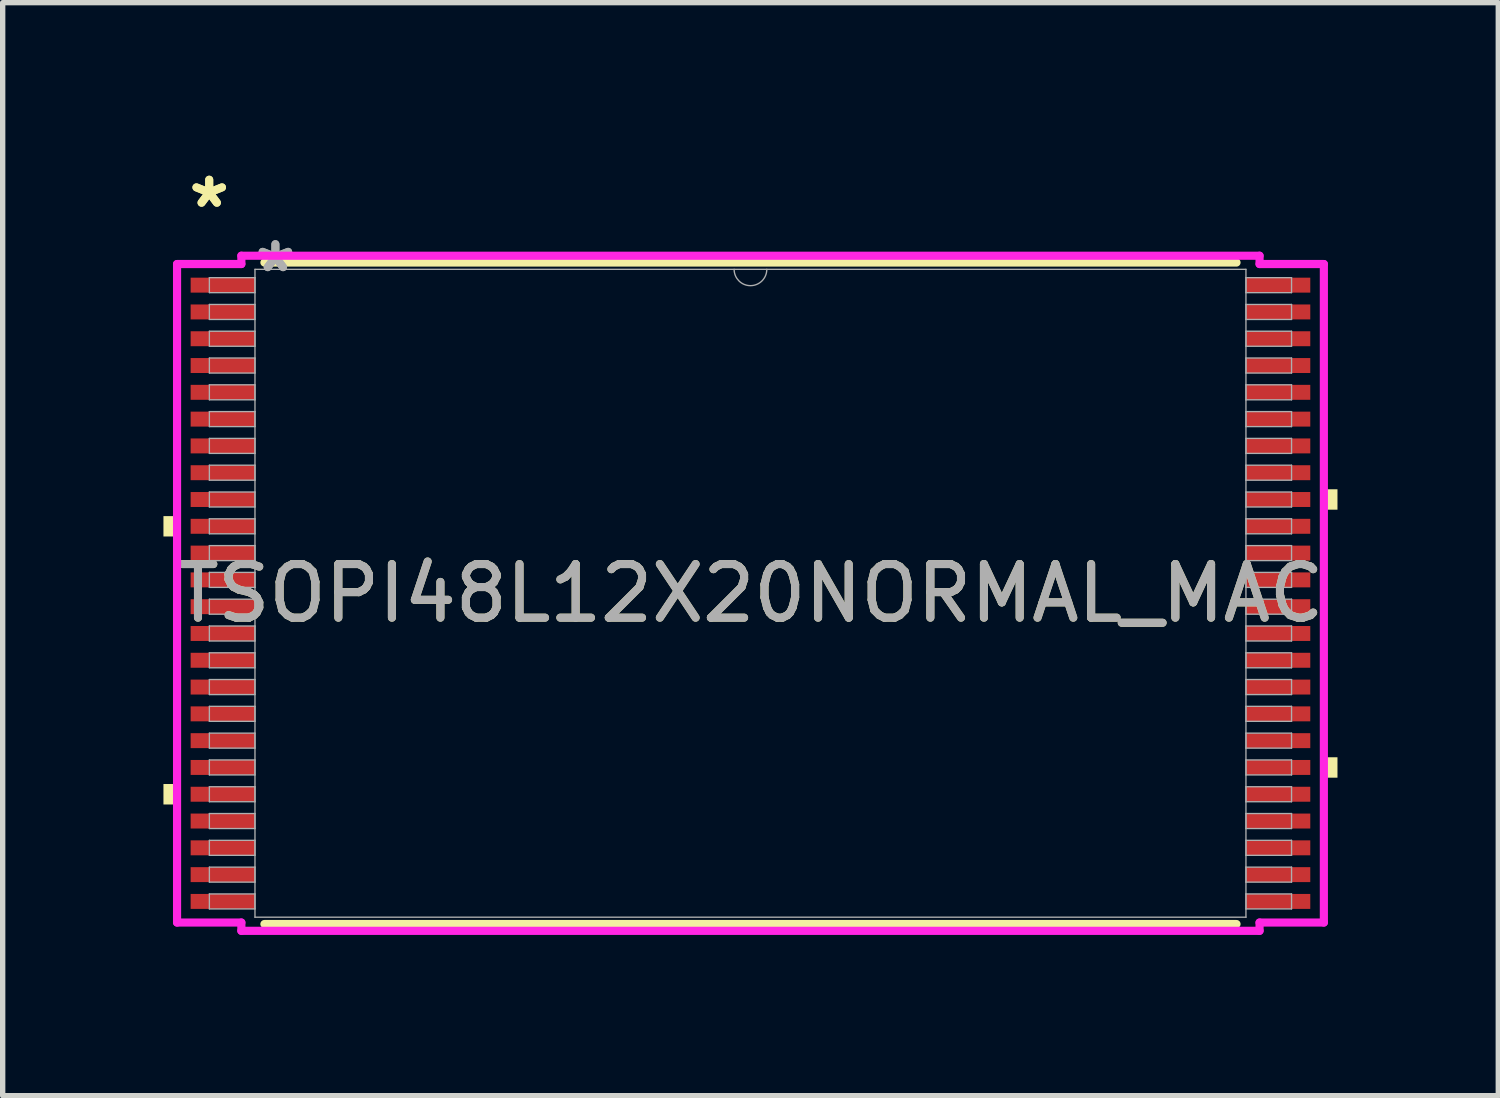
<source format=kicad_pcb>
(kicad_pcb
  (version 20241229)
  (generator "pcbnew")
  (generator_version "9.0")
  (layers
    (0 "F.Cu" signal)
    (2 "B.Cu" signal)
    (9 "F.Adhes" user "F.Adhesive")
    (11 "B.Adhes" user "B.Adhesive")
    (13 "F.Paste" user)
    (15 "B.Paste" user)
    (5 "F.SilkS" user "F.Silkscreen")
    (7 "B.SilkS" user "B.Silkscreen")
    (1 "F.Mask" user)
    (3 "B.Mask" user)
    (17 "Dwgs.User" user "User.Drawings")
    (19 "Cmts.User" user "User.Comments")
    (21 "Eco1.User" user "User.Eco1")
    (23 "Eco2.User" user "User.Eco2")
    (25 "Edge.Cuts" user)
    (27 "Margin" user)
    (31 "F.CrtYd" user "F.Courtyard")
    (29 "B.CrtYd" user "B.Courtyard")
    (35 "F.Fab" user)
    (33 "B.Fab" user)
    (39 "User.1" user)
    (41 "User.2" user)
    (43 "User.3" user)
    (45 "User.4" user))
  (footprint "TSOPI48L12X20NORMAL_MAC"
    (layer "F.Cu")
    (at 10.954 8.021)
    (property "Reference" "TSOPI48L12X20NORMAL_MAC" (at 0 0 0) (unlocked yes) (layer "F.SilkS") (effects (font (size 1 1) (thickness 0.15))))
    (attr smd)
    (fp_line (start -9.07 6.172) (end 9.07 6.172) (stroke (width 0.152) (type solid)) (layer "F.SilkS"))
    (fp_line (start 9.07 -6.172) (end -9.07 -6.172) (stroke (width 0.152) (type solid)) (layer "F.SilkS"))
    (fp_poly (pts (xy -10.954 -1.44) (xy -10.954 -1.06) (xy -10.7 -1.06) (xy -10.7 -1.44)) (stroke (width 0) (type solid)) (fill yes) (layer "F.SilkS"))
    (fp_poly (pts (xy -10.954 3.559) (xy -10.954 3.941) (xy -10.7 3.941) (xy -10.7 3.559)) (stroke (width 0) (type solid)) (fill yes) (layer "F.SilkS"))
    (fp_poly (pts (xy 10.954 -1.941) (xy 10.954 -1.56) (xy 10.7 -1.56) (xy 10.7 -1.941)) (stroke (width 0) (type solid)) (fill yes) (layer "F.SilkS"))
    (fp_poly (pts (xy 10.954 3.06) (xy 10.954 3.441) (xy 10.7 3.441) (xy 10.7 3.06)) (stroke (width 0) (type solid)) (fill yes) (layer "F.SilkS"))
    (fp_line (start -10.7 -6.144) (end -9.5 -6.144) (stroke (width 0.152) (type solid)) (layer "F.CrtYd"))
    (fp_line (start -10.7 6.144) (end -10.7 -6.144) (stroke (width 0.152) (type solid)) (layer "F.CrtYd"))
    (fp_line (start -10.7 6.144) (end -9.5 6.144) (stroke (width 0.152) (type solid)) (layer "F.CrtYd"))
    (fp_line (start -9.5 -6.299) (end 9.5 -6.299) (stroke (width 0.152) (type solid)) (layer "F.CrtYd"))
    (fp_line (start -9.5 -6.144) (end -9.5 -6.299) (stroke (width 0.152) (type solid)) (layer "F.CrtYd"))
    (fp_line (start -9.5 6.299) (end -9.5 6.144) (stroke (width 0.152) (type solid)) (layer "F.CrtYd"))
    (fp_line (start 9.5 -6.299) (end 9.5 -6.144) (stroke (width 0.152) (type solid)) (layer "F.CrtYd"))
    (fp_line (start 9.5 6.144) (end 9.5 6.299) (stroke (width 0.152) (type solid)) (layer "F.CrtYd"))
    (fp_line (start 9.5 6.299) (end -9.5 6.299) (stroke (width 0.152) (type solid)) (layer "F.CrtYd"))
    (fp_line (start 10.7 -6.144) (end 9.5 -6.144) (stroke (width 0.152) (type solid)) (layer "F.CrtYd"))
    (fp_line (start 10.7 -6.144) (end 10.7 6.144) (stroke (width 0.152) (type solid)) (layer "F.CrtYd"))
    (fp_line (start 10.7 6.144) (end 9.5 6.144) (stroke (width 0.152) (type solid)) (layer "F.CrtYd"))
    (fp_line (start -10.097 -5.89) (end -10.097 -5.61) (stroke (width 0.025) (type solid)) (layer "F.Fab"))
    (fp_line (start -10.097 -5.61) (end -9.246 -5.61) (stroke (width 0.025) (type solid)) (layer "F.Fab"))
    (fp_line (start -10.097 -5.39) (end -10.097 -5.11) (stroke (width 0.025) (type solid)) (layer "F.Fab"))
    (fp_line (start -10.097 -5.11) (end -9.246 -5.11) (stroke (width 0.025) (type solid)) (layer "F.Fab"))
    (fp_line (start -10.097 -4.89) (end -10.097 -4.61) (stroke (width 0.025) (type solid)) (layer "F.Fab"))
    (fp_line (start -10.097 -4.61) (end -9.246 -4.61) (stroke (width 0.025) (type solid)) (layer "F.Fab"))
    (fp_line (start -10.097 -4.39) (end -10.097 -4.11) (stroke (width 0.025) (type solid)) (layer "F.Fab"))
    (fp_line (start -10.097 -4.11) (end -9.246 -4.11) (stroke (width 0.025) (type solid)) (layer "F.Fab"))
    (fp_line (start -10.097 -3.89) (end -10.097 -3.61) (stroke (width 0.025) (type solid)) (layer "F.Fab"))
    (fp_line (start -10.097 -3.61) (end -9.246 -3.61) (stroke (width 0.025) (type solid)) (layer "F.Fab"))
    (fp_line (start -10.097 -3.39) (end -10.097 -3.11) (stroke (width 0.025) (type solid)) (layer "F.Fab"))
    (fp_line (start -10.097 -3.11) (end -9.246 -3.11) (stroke (width 0.025) (type solid)) (layer "F.Fab"))
    (fp_line (start -10.097 -2.89) (end -10.097 -2.61) (stroke (width 0.025) (type solid)) (layer "F.Fab"))
    (fp_line (start -10.097 -2.61) (end -9.246 -2.61) (stroke (width 0.025) (type solid)) (layer "F.Fab"))
    (fp_line (start -10.097 -2.39) (end -10.097 -2.11) (stroke (width 0.025) (type solid)) (layer "F.Fab"))
    (fp_line (start -10.097 -2.11) (end -9.246 -2.11) (stroke (width 0.025) (type solid)) (layer "F.Fab"))
    (fp_line (start -10.097 -1.89) (end -10.097 -1.61) (stroke (width 0.025) (type solid)) (layer "F.Fab"))
    (fp_line (start -10.097 -1.61) (end -9.246 -1.61) (stroke (width 0.025) (type solid)) (layer "F.Fab"))
    (fp_line (start -10.097 -1.39) (end -10.097 -1.11) (stroke (width 0.025) (type solid)) (layer "F.Fab"))
    (fp_line (start -10.097 -1.11) (end -9.246 -1.11) (stroke (width 0.025) (type solid)) (layer "F.Fab"))
    (fp_line (start -10.097 -0.89) (end -10.097 -0.61) (stroke (width 0.025) (type solid)) (layer "F.Fab"))
    (fp_line (start -10.097 -0.61) (end -9.246 -0.61) (stroke (width 0.025) (type solid)) (layer "F.Fab"))
    (fp_line (start -10.097 -0.39) (end -10.097 -0.11) (stroke (width 0.025) (type solid)) (layer "F.Fab"))
    (fp_line (start -10.097 -0.11) (end -9.246 -0.11) (stroke (width 0.025) (type solid)) (layer "F.Fab"))
    (fp_line (start -10.097 0.11) (end -10.097 0.39) (stroke (width 0.025) (type solid)) (layer "F.Fab"))
    (fp_line (start -10.097 0.39) (end -9.246 0.39) (stroke (width 0.025) (type solid)) (layer "F.Fab"))
    (fp_line (start -10.097 0.61) (end -10.097 0.89) (stroke (width 0.025) (type solid)) (layer "F.Fab"))
    (fp_line (start -10.097 0.89) (end -9.246 0.89) (stroke (width 0.025) (type solid)) (layer "F.Fab"))
    (fp_line (start -10.097 1.11) (end -10.097 1.39) (stroke (width 0.025) (type solid)) (layer "F.Fab"))
    (fp_line (start -10.097 1.39) (end -9.246 1.39) (stroke (width 0.025) (type solid)) (layer "F.Fab"))
    (fp_line (start -10.097 1.61) (end -10.097 1.89) (stroke (width 0.025) (type solid)) (layer "F.Fab"))
    (fp_line (start -10.097 1.89) (end -9.246 1.89) (stroke (width 0.025) (type solid)) (layer "F.Fab"))
    (fp_line (start -10.097 2.11) (end -10.097 2.39) (stroke (width 0.025) (type solid)) (layer "F.Fab"))
    (fp_line (start -10.097 2.39) (end -9.246 2.39) (stroke (width 0.025) (type solid)) (layer "F.Fab"))
    (fp_line (start -10.097 2.61) (end -10.097 2.89) (stroke (width 0.025) (type solid)) (layer "F.Fab"))
    (fp_line (start -10.097 2.89) (end -9.246 2.89) (stroke (width 0.025) (type solid)) (layer "F.Fab"))
    (fp_line (start -10.097 3.11) (end -10.097 3.39) (stroke (width 0.025) (type solid)) (layer "F.Fab"))
    (fp_line (start -10.097 3.39) (end -9.246 3.39) (stroke (width 0.025) (type solid)) (layer "F.Fab"))
    (fp_line (start -10.097 3.61) (end -10.097 3.89) (stroke (width 0.025) (type solid)) (layer "F.Fab"))
    (fp_line (start -10.097 3.89) (end -9.246 3.89) (stroke (width 0.025) (type solid)) (layer "F.Fab"))
    (fp_line (start -10.097 4.11) (end -10.097 4.39) (stroke (width 0.025) (type solid)) (layer "F.Fab"))
    (fp_line (start -10.097 4.39) (end -9.246 4.39) (stroke (width 0.025) (type solid)) (layer "F.Fab"))
    (fp_line (start -10.097 4.61) (end -10.097 4.89) (stroke (width 0.025) (type solid)) (layer "F.Fab"))
    (fp_line (start -10.097 4.89) (end -9.246 4.89) (stroke (width 0.025) (type solid)) (layer "F.Fab"))
    (fp_line (start -10.097 5.11) (end -10.097 5.39) (stroke (width 0.025) (type solid)) (layer "F.Fab"))
    (fp_line (start -10.097 5.39) (end -9.246 5.39) (stroke (width 0.025) (type solid)) (layer "F.Fab"))
    (fp_line (start -10.097 5.61) (end -10.097 5.89) (stroke (width 0.025) (type solid)) (layer "F.Fab"))
    (fp_line (start -10.097 5.89) (end -9.246 5.89) (stroke (width 0.025) (type solid)) (layer "F.Fab"))
    (fp_line (start -9.246 -6.045) (end -9.246 6.045) (stroke (width 0.025) (type solid)) (layer "F.Fab"))
    (fp_line (start -9.246 -5.89) (end -10.097 -5.89) (stroke (width 0.025) (type solid)) (layer "F.Fab"))
    (fp_line (start -9.246 -5.61) (end -9.246 -5.89) (stroke (width 0.025) (type solid)) (layer "F.Fab"))
    (fp_line (start -9.246 -5.39) (end -10.097 -5.39) (stroke (width 0.025) (type solid)) (layer "F.Fab"))
    (fp_line (start -9.246 -5.11) (end -9.246 -5.39) (stroke (width 0.025) (type solid)) (layer "F.Fab"))
    (fp_line (start -9.246 -4.89) (end -10.097 -4.89) (stroke (width 0.025) (type solid)) (layer "F.Fab"))
    (fp_line (start -9.246 -4.61) (end -9.246 -4.89) (stroke (width 0.025) (type solid)) (layer "F.Fab"))
    (fp_line (start -9.246 -4.39) (end -10.097 -4.39) (stroke (width 0.025) (type solid)) (layer "F.Fab"))
    (fp_line (start -9.246 -4.11) (end -9.246 -4.39) (stroke (width 0.025) (type solid)) (layer "F.Fab"))
    (fp_line (start -9.246 -3.89) (end -10.097 -3.89) (stroke (width 0.025) (type solid)) (layer "F.Fab"))
    (fp_line (start -9.246 -3.61) (end -9.246 -3.89) (stroke (width 0.025) (type solid)) (layer "F.Fab"))
    (fp_line (start -9.246 -3.39) (end -10.097 -3.39) (stroke (width 0.025) (type solid)) (layer "F.Fab"))
    (fp_line (start -9.246 -3.11) (end -9.246 -3.39) (stroke (width 0.025) (type solid)) (layer "F.Fab"))
    (fp_line (start -9.246 -2.89) (end -10.097 -2.89) (stroke (width 0.025) (type solid)) (layer "F.Fab"))
    (fp_line (start -9.246 -2.61) (end -9.246 -2.89) (stroke (width 0.025) (type solid)) (layer "F.Fab"))
    (fp_line (start -9.246 -2.39) (end -10.097 -2.39) (stroke (width 0.025) (type solid)) (layer "F.Fab"))
    (fp_line (start -9.246 -2.11) (end -9.246 -2.39) (stroke (width 0.025) (type solid)) (layer "F.Fab"))
    (fp_line (start -9.246 -1.89) (end -10.097 -1.89) (stroke (width 0.025) (type solid)) (layer "F.Fab"))
    (fp_line (start -9.246 -1.61) (end -9.246 -1.89) (stroke (width 0.025) (type solid)) (layer "F.Fab"))
    (fp_line (start -9.246 -1.39) (end -10.097 -1.39) (stroke (width 0.025) (type solid)) (layer "F.Fab"))
    (fp_line (start -9.246 -1.11) (end -9.246 -1.39) (stroke (width 0.025) (type solid)) (layer "F.Fab"))
    (fp_line (start -9.246 -0.89) (end -10.097 -0.89) (stroke (width 0.025) (type solid)) (layer "F.Fab"))
    (fp_line (start -9.246 -0.61) (end -9.246 -0.89) (stroke (width 0.025) (type solid)) (layer "F.Fab"))
    (fp_line (start -9.246 -0.39) (end -10.097 -0.39) (stroke (width 0.025) (type solid)) (layer "F.Fab"))
    (fp_line (start -9.246 -0.11) (end -9.246 -0.39) (stroke (width 0.025) (type solid)) (layer "F.Fab"))
    (fp_line (start -9.246 0.11) (end -10.097 0.11) (stroke (width 0.025) (type solid)) (layer "F.Fab"))
    (fp_line (start -9.246 0.39) (end -9.246 0.11) (stroke (width 0.025) (type solid)) (layer "F.Fab"))
    (fp_line (start -9.246 0.61) (end -10.097 0.61) (stroke (width 0.025) (type solid)) (layer "F.Fab"))
    (fp_line (start -9.246 0.89) (end -9.246 0.61) (stroke (width 0.025) (type solid)) (layer "F.Fab"))
    (fp_line (start -9.246 1.11) (end -10.097 1.11) (stroke (width 0.025) (type solid)) (layer "F.Fab"))
    (fp_line (start -9.246 1.39) (end -9.246 1.11) (stroke (width 0.025) (type solid)) (layer "F.Fab"))
    (fp_line (start -9.246 1.61) (end -10.097 1.61) (stroke (width 0.025) (type solid)) (layer "F.Fab"))
    (fp_line (start -9.246 1.89) (end -9.246 1.61) (stroke (width 0.025) (type solid)) (layer "F.Fab"))
    (fp_line (start -9.246 2.11) (end -10.097 2.11) (stroke (width 0.025) (type solid)) (layer "F.Fab"))
    (fp_line (start -9.246 2.39) (end -9.246 2.11) (stroke (width 0.025) (type solid)) (layer "F.Fab"))
    (fp_line (start -9.246 2.61) (end -10.097 2.61) (stroke (width 0.025) (type solid)) (layer "F.Fab"))
    (fp_line (start -9.246 2.89) (end -9.246 2.61) (stroke (width 0.025) (type solid)) (layer "F.Fab"))
    (fp_line (start -9.246 3.11) (end -10.097 3.11) (stroke (width 0.025) (type solid)) (layer "F.Fab"))
    (fp_line (start -9.246 3.39) (end -9.246 3.11) (stroke (width 0.025) (type solid)) (layer "F.Fab"))
    (fp_line (start -9.246 3.61) (end -10.097 3.61) (stroke (width 0.025) (type solid)) (layer "F.Fab"))
    (fp_line (start -9.246 3.89) (end -9.246 3.61) (stroke (width 0.025) (type solid)) (layer "F.Fab"))
    (fp_line (start -9.246 4.11) (end -10.097 4.11) (stroke (width 0.025) (type solid)) (layer "F.Fab"))
    (fp_line (start -9.246 4.39) (end -9.246 4.11) (stroke (width 0.025) (type solid)) (layer "F.Fab"))
    (fp_line (start -9.246 4.61) (end -10.097 4.61) (stroke (width 0.025) (type solid)) (layer "F.Fab"))
    (fp_line (start -9.246 4.89) (end -9.246 4.61) (stroke (width 0.025) (type solid)) (layer "F.Fab"))
    (fp_line (start -9.246 5.11) (end -10.097 5.11) (stroke (width 0.025) (type solid)) (layer "F.Fab"))
    (fp_line (start -9.246 5.39) (end -9.246 5.11) (stroke (width 0.025) (type solid)) (layer "F.Fab"))
    (fp_line (start -9.246 5.61) (end -10.097 5.61) (stroke (width 0.025) (type solid)) (layer "F.Fab"))
    (fp_line (start -9.246 5.89) (end -9.246 5.61) (stroke (width 0.025) (type solid)) (layer "F.Fab"))
    (fp_line (start -9.246 6.045) (end 9.246 6.045) (stroke (width 0.025) (type solid)) (layer "F.Fab"))
    (fp_line (start 9.246 -6.045) (end -9.246 -6.045) (stroke (width 0.025) (type solid)) (layer "F.Fab"))
    (fp_line (start 9.246 -5.89) (end 9.246 -5.61) (stroke (width 0.025) (type solid)) (layer "F.Fab"))
    (fp_line (start 9.246 -5.61) (end 10.097 -5.61) (stroke (width 0.025) (type solid)) (layer "F.Fab"))
    (fp_line (start 9.246 -5.39) (end 9.246 -5.11) (stroke (width 0.025) (type solid)) (layer "F.Fab"))
    (fp_line (start 9.246 -5.11) (end 10.097 -5.11) (stroke (width 0.025) (type solid)) (layer "F.Fab"))
    (fp_line (start 9.246 -4.89) (end 9.246 -4.61) (stroke (width 0.025) (type solid)) (layer "F.Fab"))
    (fp_line (start 9.246 -4.61) (end 10.097 -4.61) (stroke (width 0.025) (type solid)) (layer "F.Fab"))
    (fp_line (start 9.246 -4.39) (end 9.246 -4.11) (stroke (width 0.025) (type solid)) (layer "F.Fab"))
    (fp_line (start 9.246 -4.11) (end 10.097 -4.11) (stroke (width 0.025) (type solid)) (layer "F.Fab"))
    (fp_line (start 9.246 -3.89) (end 9.246 -3.61) (stroke (width 0.025) (type solid)) (layer "F.Fab"))
    (fp_line (start 9.246 -3.61) (end 10.097 -3.61) (stroke (width 0.025) (type solid)) (layer "F.Fab"))
    (fp_line (start 9.246 -3.39) (end 9.246 -3.11) (stroke (width 0.025) (type solid)) (layer "F.Fab"))
    (fp_line (start 9.246 -3.11) (end 10.097 -3.11) (stroke (width 0.025) (type solid)) (layer "F.Fab"))
    (fp_line (start 9.246 -2.89) (end 9.246 -2.61) (stroke (width 0.025) (type solid)) (layer "F.Fab"))
    (fp_line (start 9.246 -2.61) (end 10.097 -2.61) (stroke (width 0.025) (type solid)) (layer "F.Fab"))
    (fp_line (start 9.246 -2.39) (end 9.246 -2.11) (stroke (width 0.025) (type solid)) (layer "F.Fab"))
    (fp_line (start 9.246 -2.11) (end 10.097 -2.11) (stroke (width 0.025) (type solid)) (layer "F.Fab"))
    (fp_line (start 9.246 -1.89) (end 9.246 -1.61) (stroke (width 0.025) (type solid)) (layer "F.Fab"))
    (fp_line (start 9.246 -1.61) (end 10.097 -1.61) (stroke (width 0.025) (type solid)) (layer "F.Fab"))
    (fp_line (start 9.246 -1.39) (end 9.246 -1.11) (stroke (width 0.025) (type solid)) (layer "F.Fab"))
    (fp_line (start 9.246 -1.11) (end 10.097 -1.11) (stroke (width 0.025) (type solid)) (layer "F.Fab"))
    (fp_line (start 9.246 -0.89) (end 9.246 -0.61) (stroke (width 0.025) (type solid)) (layer "F.Fab"))
    (fp_line (start 9.246 -0.61) (end 10.097 -0.61) (stroke (width 0.025) (type solid)) (layer "F.Fab"))
    (fp_line (start 9.246 -0.39) (end 9.246 -0.11) (stroke (width 0.025) (type solid)) (layer "F.Fab"))
    (fp_line (start 9.246 -0.11) (end 10.097 -0.11) (stroke (width 0.025) (type solid)) (layer "F.Fab"))
    (fp_line (start 9.246 0.11) (end 9.246 0.39) (stroke (width 0.025) (type solid)) (layer "F.Fab"))
    (fp_line (start 9.246 0.39) (end 10.097 0.39) (stroke (width 0.025) (type solid)) (layer "F.Fab"))
    (fp_line (start 9.246 0.61) (end 9.246 0.89) (stroke (width 0.025) (type solid)) (layer "F.Fab"))
    (fp_line (start 9.246 0.89) (end 10.097 0.89) (stroke (width 0.025) (type solid)) (layer "F.Fab"))
    (fp_line (start 9.246 1.11) (end 9.246 1.39) (stroke (width 0.025) (type solid)) (layer "F.Fab"))
    (fp_line (start 9.246 1.39) (end 10.097 1.39) (stroke (width 0.025) (type solid)) (layer "F.Fab"))
    (fp_line (start 9.246 1.61) (end 9.246 1.89) (stroke (width 0.025) (type solid)) (layer "F.Fab"))
    (fp_line (start 9.246 1.89) (end 10.097 1.89) (stroke (width 0.025) (type solid)) (layer "F.Fab"))
    (fp_line (start 9.246 2.11) (end 9.246 2.39) (stroke (width 0.025) (type solid)) (layer "F.Fab"))
    (fp_line (start 9.246 2.39) (end 10.097 2.39) (stroke (width 0.025) (type solid)) (layer "F.Fab"))
    (fp_line (start 9.246 2.61) (end 9.246 2.89) (stroke (width 0.025) (type solid)) (layer "F.Fab"))
    (fp_line (start 9.246 2.89) (end 10.097 2.89) (stroke (width 0.025) (type solid)) (layer "F.Fab"))
    (fp_line (start 9.246 3.11) (end 9.246 3.39) (stroke (width 0.025) (type solid)) (layer "F.Fab"))
    (fp_line (start 9.246 3.39) (end 10.097 3.39) (stroke (width 0.025) (type solid)) (layer "F.Fab"))
    (fp_line (start 9.246 3.61) (end 9.246 3.89) (stroke (width 0.025) (type solid)) (layer "F.Fab"))
    (fp_line (start 9.246 3.89) (end 10.097 3.89) (stroke (width 0.025) (type solid)) (layer "F.Fab"))
    (fp_line (start 9.246 4.11) (end 9.246 4.39) (stroke (width 0.025) (type solid)) (layer "F.Fab"))
    (fp_line (start 9.246 4.39) (end 10.097 4.39) (stroke (width 0.025) (type solid)) (layer "F.Fab"))
    (fp_line (start 9.246 4.61) (end 9.246 4.89) (stroke (width 0.025) (type solid)) (layer "F.Fab"))
    (fp_line (start 9.246 4.89) (end 10.097 4.89) (stroke (width 0.025) (type solid)) (layer "F.Fab"))
    (fp_line (start 9.246 5.11) (end 9.246 5.39) (stroke (width 0.025) (type solid)) (layer "F.Fab"))
    (fp_line (start 9.246 5.39) (end 10.097 5.39) (stroke (width 0.025) (type solid)) (layer "F.Fab"))
    (fp_line (start 9.246 5.61) (end 9.246 5.89) (stroke (width 0.025) (type solid)) (layer "F.Fab"))
    (fp_line (start 9.246 5.89) (end 10.097 5.89) (stroke (width 0.025) (type solid)) (layer "F.Fab"))
    (fp_line (start 9.246 6.045) (end 9.246 -6.045) (stroke (width 0.025) (type solid)) (layer "F.Fab"))
    (fp_line (start 10.097 -5.89) (end 9.246 -5.89) (stroke (width 0.025) (type solid)) (layer "F.Fab"))
    (fp_line (start 10.097 -5.61) (end 10.097 -5.89) (stroke (width 0.025) (type solid)) (layer "F.Fab"))
    (fp_line (start 10.097 -5.39) (end 9.246 -5.39) (stroke (width 0.025) (type solid)) (layer "F.Fab"))
    (fp_line (start 10.097 -5.11) (end 10.097 -5.39) (stroke (width 0.025) (type solid)) (layer "F.Fab"))
    (fp_line (start 10.097 -4.89) (end 9.246 -4.89) (stroke (width 0.025) (type solid)) (layer "F.Fab"))
    (fp_line (start 10.097 -4.61) (end 10.097 -4.89) (stroke (width 0.025) (type solid)) (layer "F.Fab"))
    (fp_line (start 10.097 -4.39) (end 9.246 -4.39) (stroke (width 0.025) (type solid)) (layer "F.Fab"))
    (fp_line (start 10.097 -4.11) (end 10.097 -4.39) (stroke (width 0.025) (type solid)) (layer "F.Fab"))
    (fp_line (start 10.097 -3.89) (end 9.246 -3.89) (stroke (width 0.025) (type solid)) (layer "F.Fab"))
    (fp_line (start 10.097 -3.61) (end 10.097 -3.89) (stroke (width 0.025) (type solid)) (layer "F.Fab"))
    (fp_line (start 10.097 -3.39) (end 9.246 -3.39) (stroke (width 0.025) (type solid)) (layer "F.Fab"))
    (fp_line (start 10.097 -3.11) (end 10.097 -3.39) (stroke (width 0.025) (type solid)) (layer "F.Fab"))
    (fp_line (start 10.097 -2.89) (end 9.246 -2.89) (stroke (width 0.025) (type solid)) (layer "F.Fab"))
    (fp_line (start 10.097 -2.61) (end 10.097 -2.89) (stroke (width 0.025) (type solid)) (layer "F.Fab"))
    (fp_line (start 10.097 -2.39) (end 9.246 -2.39) (stroke (width 0.025) (type solid)) (layer "F.Fab"))
    (fp_line (start 10.097 -2.11) (end 10.097 -2.39) (stroke (width 0.025) (type solid)) (layer "F.Fab"))
    (fp_line (start 10.097 -1.89) (end 9.246 -1.89) (stroke (width 0.025) (type solid)) (layer "F.Fab"))
    (fp_line (start 10.097 -1.61) (end 10.097 -1.89) (stroke (width 0.025) (type solid)) (layer "F.Fab"))
    (fp_line (start 10.097 -1.39) (end 9.246 -1.39) (stroke (width 0.025) (type solid)) (layer "F.Fab"))
    (fp_line (start 10.097 -1.11) (end 10.097 -1.39) (stroke (width 0.025) (type solid)) (layer "F.Fab"))
    (fp_line (start 10.097 -0.89) (end 9.246 -0.89) (stroke (width 0.025) (type solid)) (layer "F.Fab"))
    (fp_line (start 10.097 -0.61) (end 10.097 -0.89) (stroke (width 0.025) (type solid)) (layer "F.Fab"))
    (fp_line (start 10.097 -0.39) (end 9.246 -0.39) (stroke (width 0.025) (type solid)) (layer "F.Fab"))
    (fp_line (start 10.097 -0.11) (end 10.097 -0.39) (stroke (width 0.025) (type solid)) (layer "F.Fab"))
    (fp_line (start 10.097 0.11) (end 9.246 0.11) (stroke (width 0.025) (type solid)) (layer "F.Fab"))
    (fp_line (start 10.097 0.39) (end 10.097 0.11) (stroke (width 0.025) (type solid)) (layer "F.Fab"))
    (fp_line (start 10.097 0.61) (end 9.246 0.61) (stroke (width 0.025) (type solid)) (layer "F.Fab"))
    (fp_line (start 10.097 0.89) (end 10.097 0.61) (stroke (width 0.025) (type solid)) (layer "F.Fab"))
    (fp_line (start 10.097 1.11) (end 9.246 1.11) (stroke (width 0.025) (type solid)) (layer "F.Fab"))
    (fp_line (start 10.097 1.39) (end 10.097 1.11) (stroke (width 0.025) (type solid)) (layer "F.Fab"))
    (fp_line (start 10.097 1.61) (end 9.246 1.61) (stroke (width 0.025) (type solid)) (layer "F.Fab"))
    (fp_line (start 10.097 1.89) (end 10.097 1.61) (stroke (width 0.025) (type solid)) (layer "F.Fab"))
    (fp_line (start 10.097 2.11) (end 9.246 2.11) (stroke (width 0.025) (type solid)) (layer "F.Fab"))
    (fp_line (start 10.097 2.39) (end 10.097 2.11) (stroke (width 0.025) (type solid)) (layer "F.Fab"))
    (fp_line (start 10.097 2.61) (end 9.246 2.61) (stroke (width 0.025) (type solid)) (layer "F.Fab"))
    (fp_line (start 10.097 2.89) (end 10.097 2.61) (stroke (width 0.025) (type solid)) (layer "F.Fab"))
    (fp_line (start 10.097 3.11) (end 9.246 3.11) (stroke (width 0.025) (type solid)) (layer "F.Fab"))
    (fp_line (start 10.097 3.39) (end 10.097 3.11) (stroke (width 0.025) (type solid)) (layer "F.Fab"))
    (fp_line (start 10.097 3.61) (end 9.246 3.61) (stroke (width 0.025) (type solid)) (layer "F.Fab"))
    (fp_line (start 10.097 3.89) (end 10.097 3.61) (stroke (width 0.025) (type solid)) (layer "F.Fab"))
    (fp_line (start 10.097 4.11) (end 9.246 4.11) (stroke (width 0.025) (type solid)) (layer "F.Fab"))
    (fp_line (start 10.097 4.39) (end 10.097 4.11) (stroke (width 0.025) (type solid)) (layer "F.Fab"))
    (fp_line (start 10.097 4.61) (end 9.246 4.61) (stroke (width 0.025) (type solid)) (layer "F.Fab"))
    (fp_line (start 10.097 4.89) (end 10.097 4.61) (stroke (width 0.025) (type solid)) (layer "F.Fab"))
    (fp_line (start 10.097 5.11) (end 9.246 5.11) (stroke (width 0.025) (type solid)) (layer "F.Fab"))
    (fp_line (start 10.097 5.39) (end 10.097 5.11) (stroke (width 0.025) (type solid)) (layer "F.Fab"))
    (fp_line (start 10.097 5.61) (end 9.246 5.61) (stroke (width 0.025) (type solid)) (layer "F.Fab"))
    (fp_line (start 10.097 5.89) (end 10.097 5.61) (stroke (width 0.025) (type solid)) (layer "F.Fab"))
    (fp_arc (start 0.3048 -6.0452) (mid 0 -5.7404) (end -0.3048 -6.0452) (stroke (width 0.0254) (type solid)) (layer "F.Fab"))
    (fp_text user "*" (at -10.1 -7.172 0) (unlocked yes) (layer "F.SilkS") (effects (font (size 1 1) (thickness 0.15))))
    (fp_text user "*" (at -10.1 -7.172 0) (layer "F.SilkS") (effects (font (size 1 1) (thickness 0.15))))
    (fp_text user "*" (at -8.865 -5.969 0) (layer "F.Fab") (effects (font (size 1 1) (thickness 0.15))))
    (fp_text user "*" (at -8.865 -5.969 0) (unlocked yes) (layer "F.Fab") (effects (font (size 1 1) (thickness 0.15))))
    (fp_text user "${REFERENCE}" (at 0 0 0) (unlocked yes) (layer "F.Fab") (effects (font (size 1 1) (thickness 0.15))))
    (pad "1" smd rect (at -9.846 -5.75) (size 1.201 0.279) (layers "F.Cu" "F.Mask" "F.Paste"))
    (pad "2" smd rect (at -9.846 -5.25) (size 1.201 0.279) (layers "F.Cu" "F.Mask" "F.Paste"))
    (pad "3" smd rect (at -9.846 -4.75) (size 1.201 0.279) (layers "F.Cu" "F.Mask" "F.Paste"))
    (pad "4" smd rect (at -9.846 -4.25) (size 1.201 0.279) (layers "F.Cu" "F.Mask" "F.Paste"))
    (pad "5" smd rect (at -9.846 -3.75) (size 1.201 0.279) (layers "F.Cu" "F.Mask" "F.Paste"))
    (pad "6" smd rect (at -9.846 -3.25) (size 1.201 0.279) (layers "F.Cu" "F.Mask" "F.Paste"))
    (pad "7" smd rect (at -9.846 -2.75) (size 1.201 0.279) (layers "F.Cu" "F.Mask" "F.Paste"))
    (pad "8" smd rect (at -9.846 -2.25) (size 1.201 0.279) (layers "F.Cu" "F.Mask" "F.Paste"))
    (pad "9" smd rect (at -9.846 -1.75) (size 1.201 0.279) (layers "F.Cu" "F.Mask" "F.Paste"))
    (pad "10" smd rect (at -9.846 -1.25) (size 1.201 0.279) (layers "F.Cu" "F.Mask" "F.Paste"))
    (pad "11" smd rect (at -9.846 -0.75) (size 1.201 0.279) (layers "F.Cu" "F.Mask" "F.Paste"))
    (pad "12" smd rect (at -9.846 -0.25) (size 1.201 0.279) (layers "F.Cu" "F.Mask" "F.Paste"))
    (pad "13" smd rect (at -9.846 0.25) (size 1.201 0.279) (layers "F.Cu" "F.Mask" "F.Paste"))
    (pad "14" smd rect (at -9.846 0.75) (size 1.201 0.279) (layers "F.Cu" "F.Mask" "F.Paste"))
    (pad "15" smd rect (at -9.846 1.25) (size 1.201 0.279) (layers "F.Cu" "F.Mask" "F.Paste"))
    (pad "16" smd rect (at -9.846 1.75) (size 1.201 0.279) (layers "F.Cu" "F.Mask" "F.Paste"))
    (pad "17" smd rect (at -9.846 2.25) (size 1.201 0.279) (layers "F.Cu" "F.Mask" "F.Paste"))
    (pad "18" smd rect (at -9.846 2.75) (size 1.201 0.279) (layers "F.Cu" "F.Mask" "F.Paste"))
    (pad "19" smd rect (at -9.846 3.25) (size 1.201 0.279) (layers "F.Cu" "F.Mask" "F.Paste"))
    (pad "20" smd rect (at -9.846 3.75) (size 1.201 0.279) (layers "F.Cu" "F.Mask" "F.Paste"))
    (pad "21" smd rect (at -9.846 4.25) (size 1.201 0.279) (layers "F.Cu" "F.Mask" "F.Paste"))
    (pad "22" smd rect (at -9.846 4.75) (size 1.201 0.279) (layers "F.Cu" "F.Mask" "F.Paste"))
    (pad "23" smd rect (at -9.846 5.25) (size 1.201 0.279) (layers "F.Cu" "F.Mask" "F.Paste"))
    (pad "24" smd rect (at -9.846 5.75) (size 1.201 0.279) (layers "F.Cu" "F.Mask" "F.Paste"))
    (pad "25" smd rect (at 9.846 5.75) (size 1.201 0.279) (layers "F.Cu" "F.Mask" "F.Paste"))
    (pad "26" smd rect (at 9.846 5.25) (size 1.201 0.279) (layers "F.Cu" "F.Mask" "F.Paste"))
    (pad "27" smd rect (at 9.846 4.75) (size 1.201 0.279) (layers "F.Cu" "F.Mask" "F.Paste"))
    (pad "28" smd rect (at 9.846 4.25) (size 1.201 0.279) (layers "F.Cu" "F.Mask" "F.Paste"))
    (pad "29" smd rect (at 9.846 3.75) (size 1.201 0.279) (layers "F.Cu" "F.Mask" "F.Paste"))
    (pad "30" smd rect (at 9.846 3.25) (size 1.201 0.279) (layers "F.Cu" "F.Mask" "F.Paste"))
    (pad "31" smd rect (at 9.846 2.75) (size 1.201 0.279) (layers "F.Cu" "F.Mask" "F.Paste"))
    (pad "32" smd rect (at 9.846 2.25) (size 1.201 0.279) (layers "F.Cu" "F.Mask" "F.Paste"))
    (pad "33" smd rect (at 9.846 1.75) (size 1.201 0.279) (layers "F.Cu" "F.Mask" "F.Paste"))
    (pad "34" smd rect (at 9.846 1.25) (size 1.201 0.279) (layers "F.Cu" "F.Mask" "F.Paste"))
    (pad "35" smd rect (at 9.846 0.75) (size 1.201 0.279) (layers "F.Cu" "F.Mask" "F.Paste"))
    (pad "36" smd rect (at 9.846 0.25) (size 1.201 0.279) (layers "F.Cu" "F.Mask" "F.Paste"))
    (pad "37" smd rect (at 9.846 -0.25) (size 1.201 0.279) (layers "F.Cu" "F.Mask" "F.Paste"))
    (pad "38" smd rect (at 9.846 -0.75) (size 1.201 0.279) (layers "F.Cu" "F.Mask" "F.Paste"))
    (pad "39" smd rect (at 9.846 -1.25) (size 1.201 0.279) (layers "F.Cu" "F.Mask" "F.Paste"))
    (pad "40" smd rect (at 9.846 -1.75) (size 1.201 0.279) (layers "F.Cu" "F.Mask" "F.Paste"))
    (pad "41" smd rect (at 9.846 -2.25) (size 1.201 0.279) (layers "F.Cu" "F.Mask" "F.Paste"))
    (pad "42" smd rect (at 9.846 -2.75) (size 1.201 0.279) (layers "F.Cu" "F.Mask" "F.Paste"))
    (pad "43" smd rect (at 9.846 -3.25) (size 1.201 0.279) (layers "F.Cu" "F.Mask" "F.Paste"))
    (pad "44" smd rect (at 9.846 -3.75) (size 1.201 0.279) (layers "F.Cu" "F.Mask" "F.Paste"))
    (pad "45" smd rect (at 9.846 -4.25) (size 1.201 0.279) (layers "F.Cu" "F.Mask" "F.Paste"))
    (pad "46" smd rect (at 9.846 -4.75) (size 1.201 0.279) (layers "F.Cu" "F.Mask" "F.Paste"))
    (pad "47" smd rect (at 9.846 -5.25) (size 1.201 0.279) (layers "F.Cu" "F.Mask" "F.Paste"))
    (pad "48" smd rect (at 9.846 -5.75) (size 1.201 0.279) (layers "F.Cu" "F.Mask" "F.Paste")))
  (gr_rect
    (start -3 -3)
    (end 24.909 17.396)
    (stroke (width 0.1) (type default))
    (fill no)
    (layer "Edge.Cuts")))
</source>
